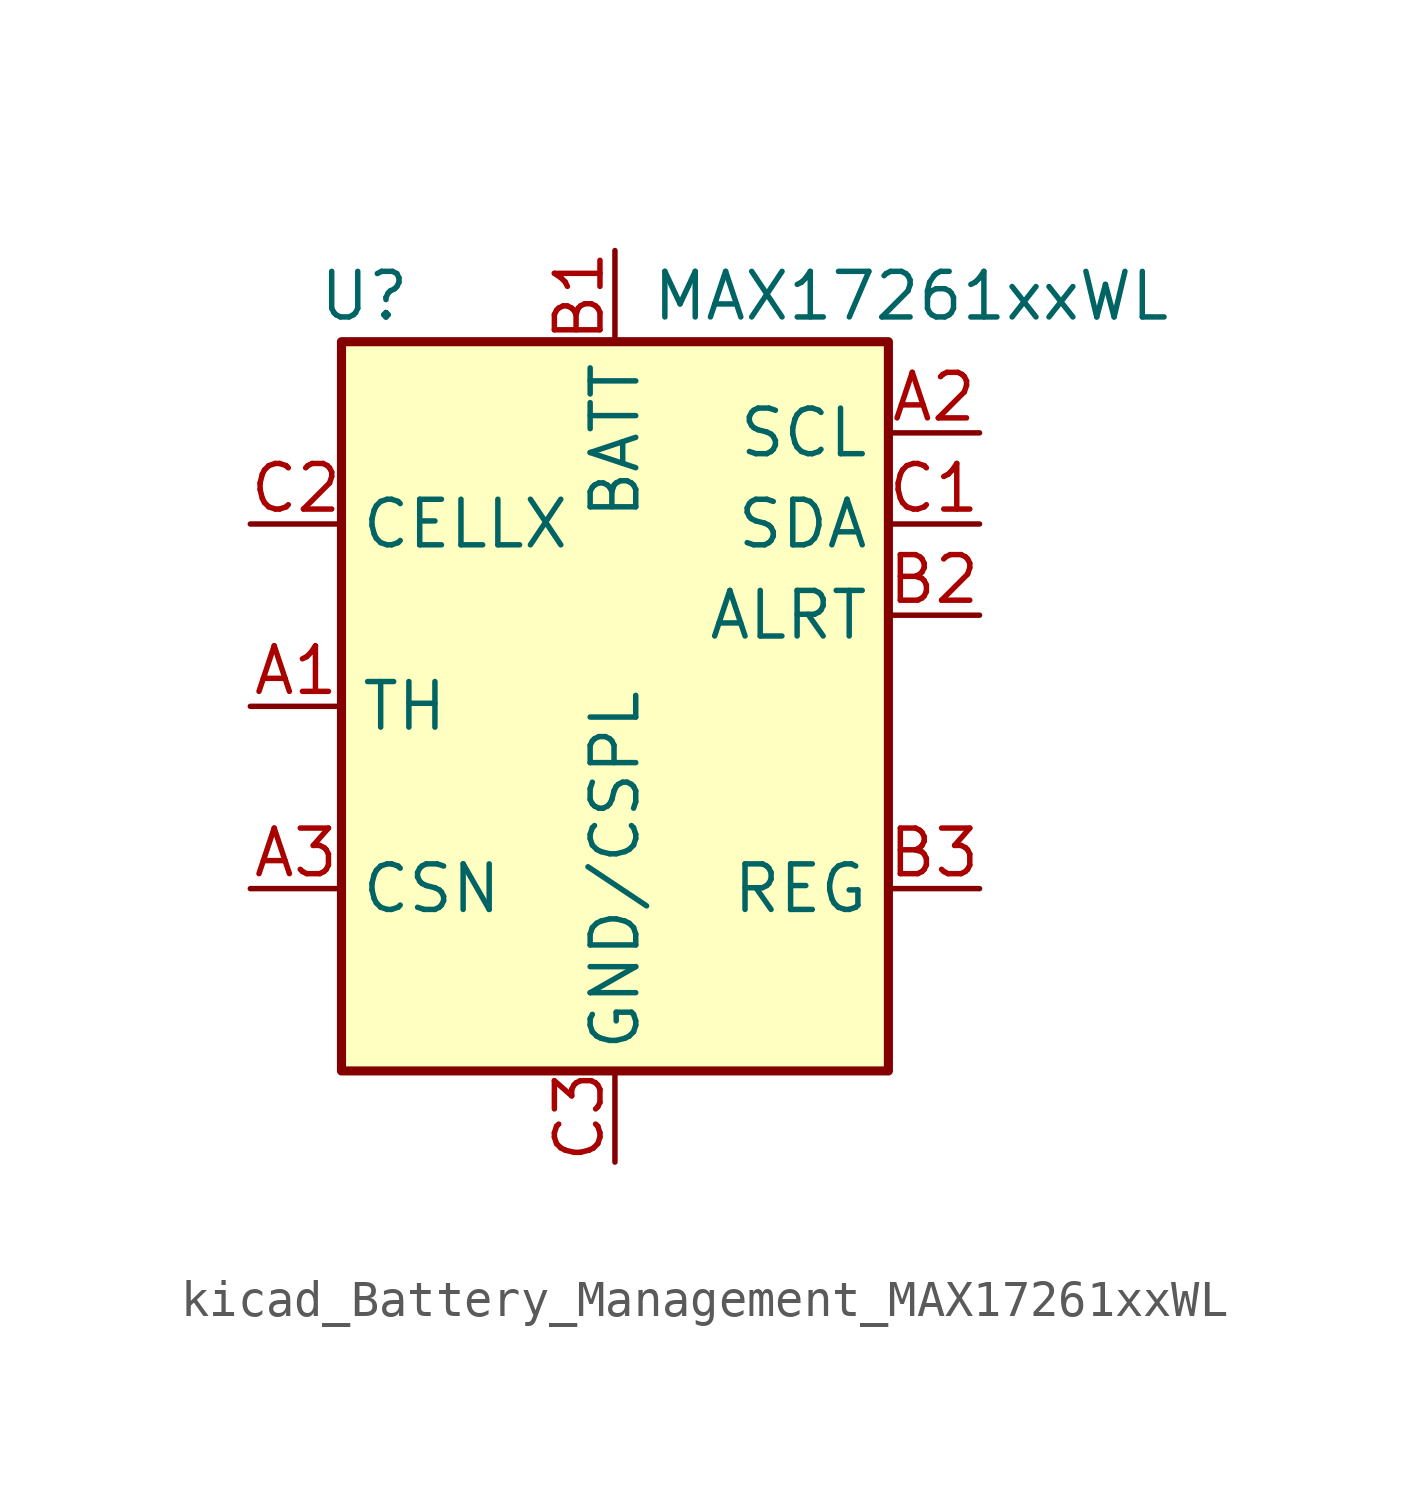
<source format=kicad_sym>
(kicad_symbol_lib
  (version 20220914)
  (generator kicad_symbol_editor)
  (symbol "kicad_Battery_Management_MAX17261xxWL"
    (property "Reference" "U"
      (at -6.985 11.43 0)
      (effects (font (size 1.27 1.27))))
    (property "Value" "MAX17261xxWL"
      (at 8.255 11.43 0)
      (effects (font (size 1.27 1.27))))
    (symbol "kicad_Battery_Management_MAX17261xxWL_0_1"
      (rectangle (start -7.62 10.16) (end 7.62 -10.16) (stroke (width 0.254) (type default)) (fill (type background))))
    (symbol "kicad_Battery_Management_MAX17261xxWL_1_1"
      (pin passive line (at -10.16 0 0) (length 2.54) (name "TH" (effects (font (size 1.27 1.27)))) (number "A1" (effects (font (size 1.27 1.27)))))
      (pin input line (at 10.16 7.62 180) (length 2.54) (name "SCL" (effects (font (size 1.27 1.27)))) (number "A2" (effects (font (size 1.27 1.27)))))
      (pin passive line (at -10.16 -5.08 0) (length 2.54) (name "CSN" (effects (font (size 1.27 1.27)))) (number "A3" (effects (font (size 1.27 1.27)))))
      (pin power_in line (at 0 12.7 270) (length 2.54) (name "BATT" (effects (font (size 1.27 1.27)))) (number "B1" (effects (font (size 1.27 1.27)))))
      (pin open_collector line (at 10.16 2.54 180) (length 2.54) (name "ALRT" (effects (font (size 1.27 1.27)))) (number "B2" (effects (font (size 1.27 1.27)))))
      (pin power_out line (at 10.16 -5.08 180) (length 2.54) (name "REG" (effects (font (size 1.27 1.27)))) (number "B3" (effects (font (size 1.27 1.27)))))
      (pin bidirectional line (at 10.16 5.08 180) (length 2.54) (name "SDA" (effects (font (size 1.27 1.27)))) (number "C1" (effects (font (size 1.27 1.27)))))
      (pin input line (at -10.16 5.08 0) (length 2.54) (name "CELLX" (effects (font (size 1.27 1.27)))) (number "C2" (effects (font (size 1.27 1.27)))))
      (pin power_in line (at 0 -12.7 90) (length 2.54) (name "GND/CSPL" (effects (font (size 1.27 1.27)))) (number "C3" (effects (font (size 1.27 1.27))))))))
</source>
